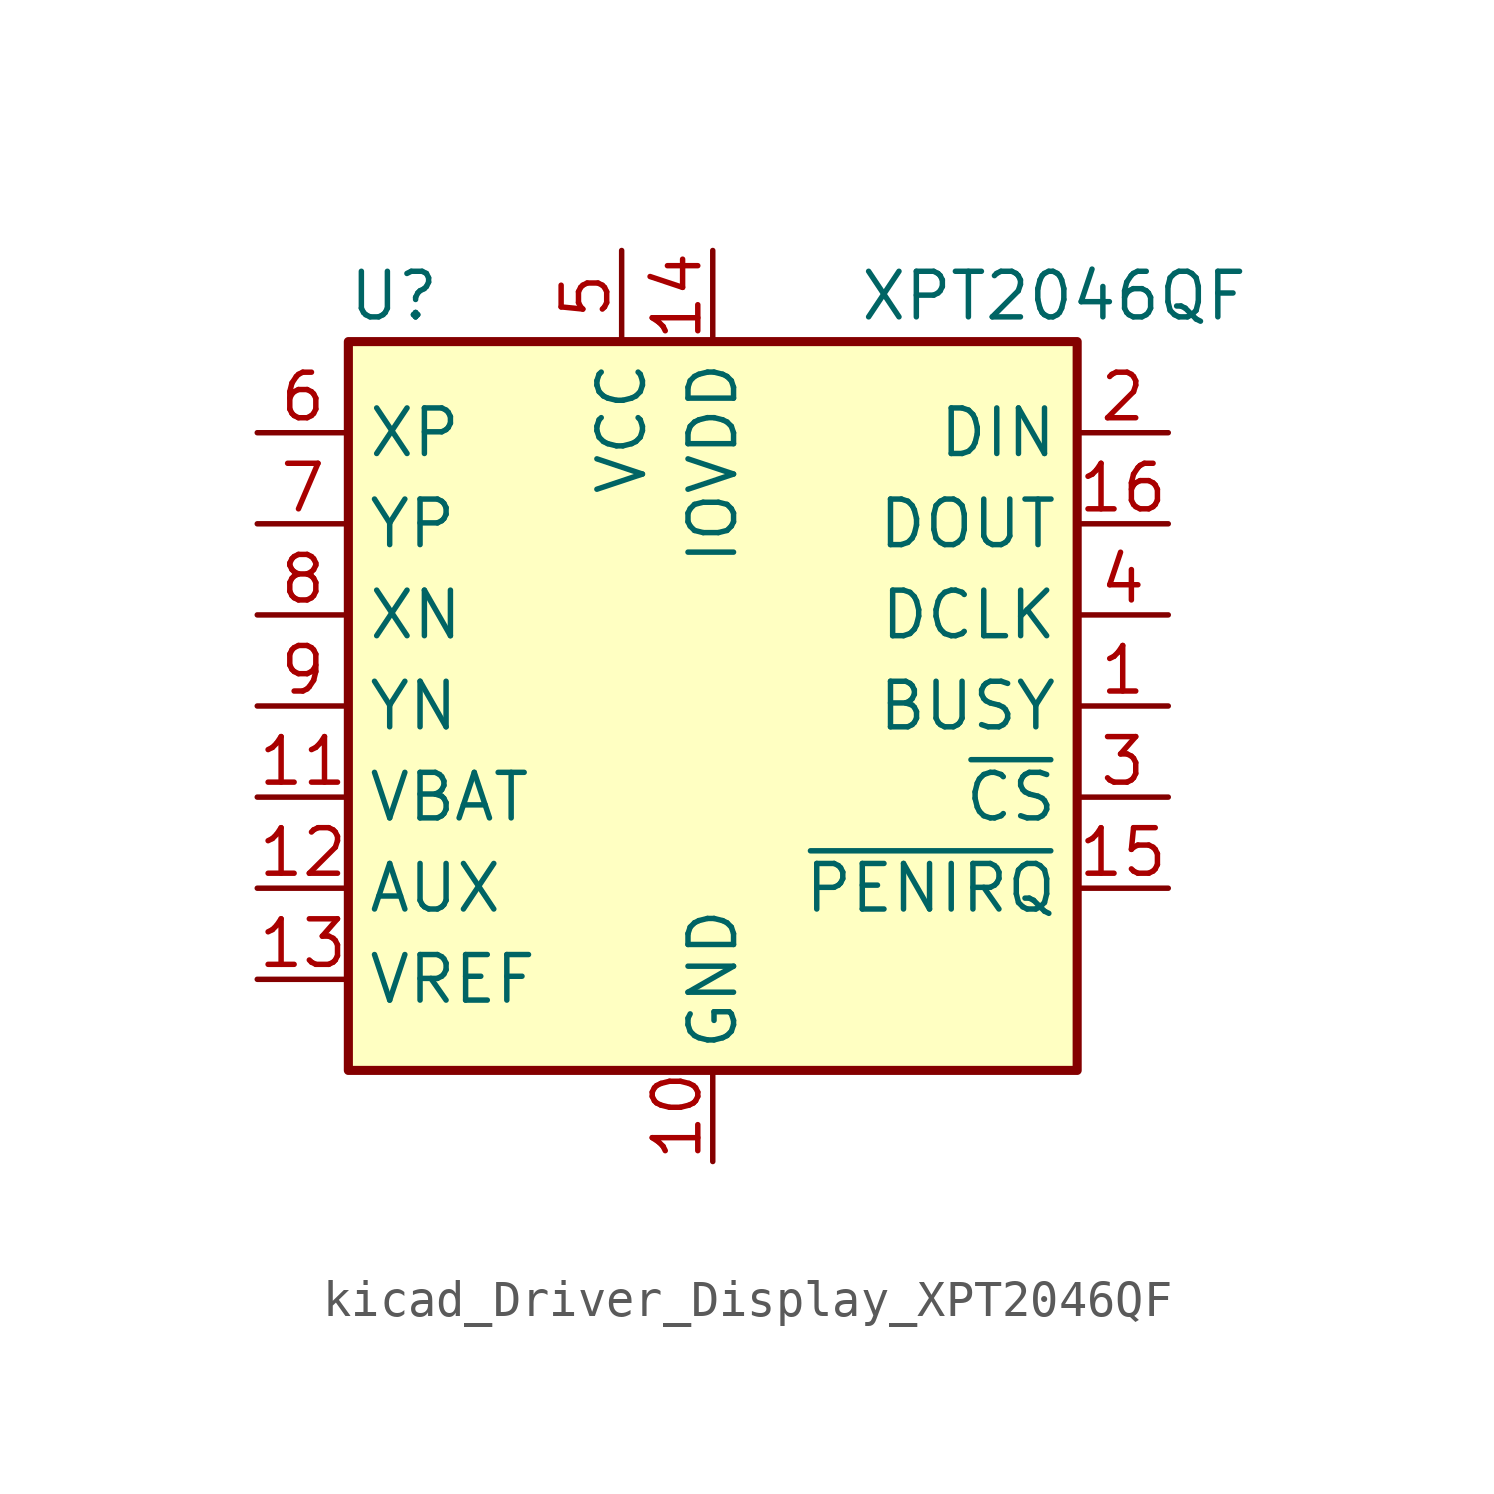
<source format=kicad_sym>
(kicad_symbol_lib
  (version 20220914)
  (generator kicad_symbol_editor)
  (symbol "kicad_Driver_Display_XPT2046QF"
    (property "Reference" "U"
      (at -8.89 11.43 0)
      (effects (font (size 1.27 1.27))))
    (property "Value" "XPT2046QF"
      (at 4.064 11.43 0)
      (effects (font (size 1.27 1.27)) (justify left)))
    (symbol "kicad_Driver_Display_XPT2046QF_0_1"
      (rectangle (start -10.16 10.16) (end 10.16 -10.16) (stroke (width 0.254) (type default)) (fill (type background))))
    (symbol "kicad_Driver_Display_XPT2046QF_1_1"
      (pin output line (at 12.7 0 180) (length 2.54) (name "BUSY" (effects (font (size 1.27 1.27)))) (number "1" (effects (font (size 1.27 1.27)))))
      (pin power_in line (at 0 -12.7 90) (length 2.54) (name "GND" (effects (font (size 1.27 1.27)))) (number "10" (effects (font (size 1.27 1.27)))))
      (pin power_in line (at -12.7 -2.54 0) (length 2.54) (name "VBAT" (effects (font (size 1.27 1.27)))) (number "11" (effects (font (size 1.27 1.27)))))
      (pin input line (at -12.7 -5.08 0) (length 2.54) (name "AUX" (effects (font (size 1.27 1.27)))) (number "12" (effects (font (size 1.27 1.27)))))
      (pin bidirectional line (at -12.7 -7.62 0) (length 2.54) (name "VREF" (effects (font (size 1.27 1.27)))) (number "13" (effects (font (size 1.27 1.27)))))
      (pin power_in line (at 0 12.7 270) (length 2.54) (name "IOVDD" (effects (font (size 1.27 1.27)))) (number "14" (effects (font (size 1.27 1.27)))))
      (pin open_collector line (at 12.7 -5.08 180) (length 2.54) (name "~{PENIRQ}" (effects (font (size 1.27 1.27)))) (number "15" (effects (font (size 1.27 1.27)))))
      (pin output line (at 12.7 5.08 180) (length 2.54) (name "DOUT" (effects (font (size 1.27 1.27)))) (number "16" (effects (font (size 1.27 1.27)))))
      (pin no_connect line (at 10.16 -7.62 180) (length 2.54) hide (name "NC" (effects (font (size 1.27 1.27)))) (number "17" (effects (font (size 1.27 1.27)))))
      (pin input line (at 12.7 7.62 180) (length 2.54) (name "DIN" (effects (font (size 1.27 1.27)))) (number "2" (effects (font (size 1.27 1.27)))))
      (pin input line (at 12.7 -2.54 180) (length 2.54) (name "~{CS}" (effects (font (size 1.27 1.27)))) (number "3" (effects (font (size 1.27 1.27)))))
      (pin input line (at 12.7 2.54 180) (length 2.54) (name "DCLK" (effects (font (size 1.27 1.27)))) (number "4" (effects (font (size 1.27 1.27)))))
      (pin power_in line (at -2.54 12.7 270) (length 2.54) (name "VCC" (effects (font (size 1.27 1.27)))) (number "5" (effects (font (size 1.27 1.27)))))
      (pin input line (at -12.7 7.62 0) (length 2.54) (name "XP" (effects (font (size 1.27 1.27)))) (number "6" (effects (font (size 1.27 1.27)))))
      (pin input line (at -12.7 5.08 0) (length 2.54) (name "YP" (effects (font (size 1.27 1.27)))) (number "7" (effects (font (size 1.27 1.27)))))
      (pin input line (at -12.7 2.54 0) (length 2.54) (name "XN" (effects (font (size 1.27 1.27)))) (number "8" (effects (font (size 1.27 1.27)))))
      (pin input line (at -12.7 0 0) (length 2.54) (name "YN" (effects (font (size 1.27 1.27)))) (number "9" (effects (font (size 1.27 1.27))))))))
</source>
